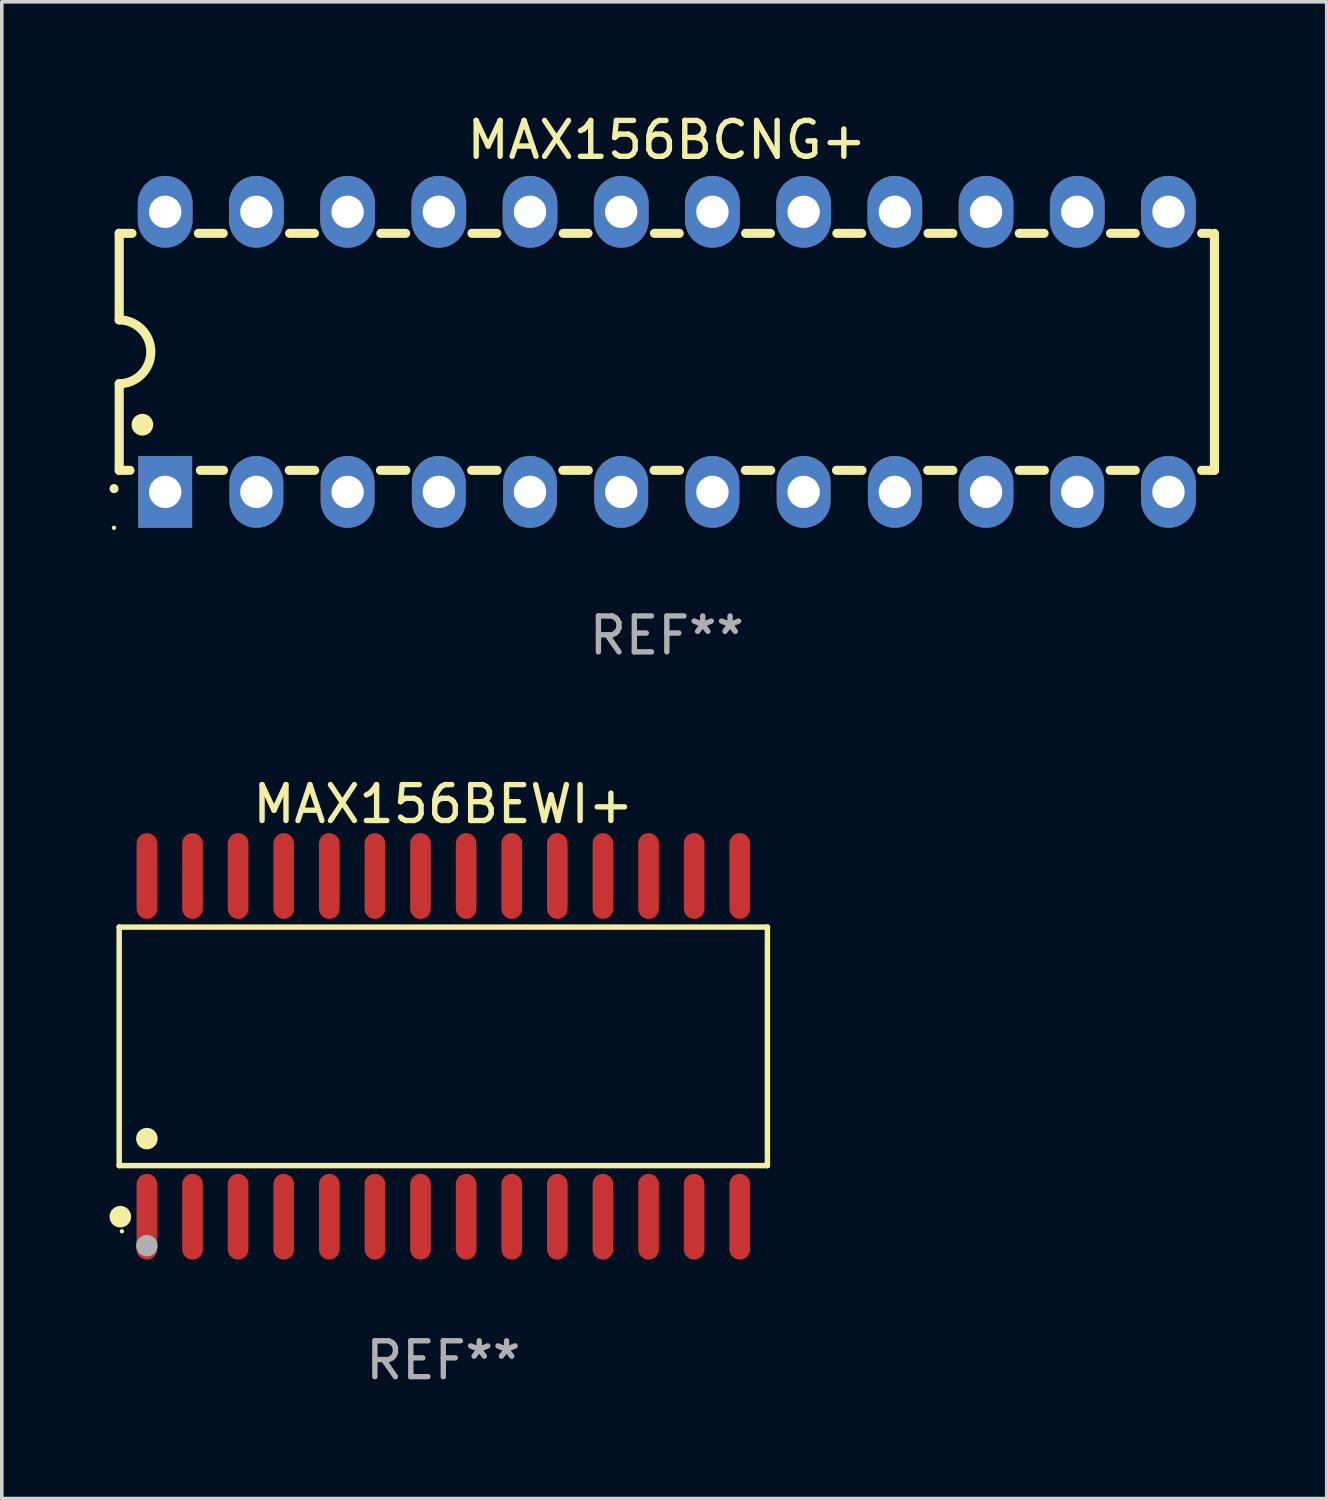
<source format=kicad_pcb>
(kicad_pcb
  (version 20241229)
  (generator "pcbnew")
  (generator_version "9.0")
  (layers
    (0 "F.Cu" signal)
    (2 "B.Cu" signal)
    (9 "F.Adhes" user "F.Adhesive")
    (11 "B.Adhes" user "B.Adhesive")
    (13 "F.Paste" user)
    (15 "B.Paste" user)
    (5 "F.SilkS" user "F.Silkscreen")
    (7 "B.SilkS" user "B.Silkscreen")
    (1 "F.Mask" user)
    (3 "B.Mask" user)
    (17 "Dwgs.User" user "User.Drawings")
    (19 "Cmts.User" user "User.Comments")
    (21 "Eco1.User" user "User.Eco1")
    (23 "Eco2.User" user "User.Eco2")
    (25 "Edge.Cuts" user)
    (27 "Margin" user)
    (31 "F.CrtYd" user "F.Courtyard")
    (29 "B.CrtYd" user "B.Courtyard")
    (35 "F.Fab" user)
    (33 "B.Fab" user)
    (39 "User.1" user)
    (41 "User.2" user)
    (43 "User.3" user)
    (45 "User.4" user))
  (footprint "MAX156BCNG+"
    (layer "F.Cu")
    (at 15.52 6.748)
    (property "Reference" "MAX156BCNG+" (at 0 -5.9 0) (layer "F.SilkS") (effects (font (size 1 1) (thickness 0.15))))
    (attr through_hole)
    (fp_line (start -15.25 -3.3) (end -15.25 -0.889) (stroke (width 0.254) (type solid)) (layer "F.SilkS"))
    (fp_line (start -15.25 -3.3) (end -14.895 -3.3) (stroke (width 0.254) (type solid)) (layer "F.SilkS"))
    (fp_line (start -15.25 3.3) (end -15.25 0.889) (stroke (width 0.254) (type solid)) (layer "F.SilkS"))
    (fp_line (start -15.25 3.3) (end -14.951 3.3) (stroke (width 0.254) (type solid)) (layer "F.SilkS"))
    (fp_line (start -13.045 -3.3) (end -12.355 -3.3) (stroke (width 0.254) (type solid)) (layer "F.SilkS"))
    (fp_line (start -12.989 3.3) (end -12.347 3.3) (stroke (width 0.254) (type solid)) (layer "F.SilkS"))
    (fp_line (start -10.514 3.3) (end -9.807 3.3) (stroke (width 0.254) (type solid)) (layer "F.SilkS"))
    (fp_line (start -10.505 -3.3) (end -9.815 -3.3) (stroke (width 0.254) (type solid)) (layer "F.SilkS"))
    (fp_line (start -7.974 3.3) (end -7.267 3.3) (stroke (width 0.254) (type solid)) (layer "F.SilkS"))
    (fp_line (start -7.965 -3.3) (end -7.275 -3.3) (stroke (width 0.254) (type solid)) (layer "F.SilkS"))
    (fp_line (start -5.434 3.3) (end -4.727 3.3) (stroke (width 0.254) (type solid)) (layer "F.SilkS"))
    (fp_line (start -5.425 -3.3) (end -4.735 -3.3) (stroke (width 0.254) (type solid)) (layer "F.SilkS"))
    (fp_line (start -2.894 3.3) (end -2.187 3.3) (stroke (width 0.254) (type solid)) (layer "F.SilkS"))
    (fp_line (start -2.885 -3.3) (end -2.195 -3.3) (stroke (width 0.254) (type solid)) (layer "F.SilkS"))
    (fp_line (start -0.354 3.3) (end 0.353 3.3) (stroke (width 0.254) (type solid)) (layer "F.SilkS"))
    (fp_line (start -0.345 -3.3) (end 0.345 -3.3) (stroke (width 0.254) (type solid)) (layer "F.SilkS"))
    (fp_line (start 2.186 3.3) (end 2.893 3.3) (stroke (width 0.254) (type solid)) (layer "F.SilkS"))
    (fp_line (start 2.195 -3.3) (end 2.885 -3.3) (stroke (width 0.254) (type solid)) (layer "F.SilkS"))
    (fp_line (start 4.726 3.3) (end 5.434 3.3) (stroke (width 0.254) (type solid)) (layer "F.SilkS"))
    (fp_line (start 4.735 -3.3) (end 5.425 -3.3) (stroke (width 0.254) (type solid)) (layer "F.SilkS"))
    (fp_line (start 7.266 3.3) (end 7.965 3.3) (stroke (width 0.254) (type solid)) (layer "F.SilkS"))
    (fp_line (start 7.275 -3.3) (end 7.965 -3.3) (stroke (width 0.254) (type solid)) (layer "F.SilkS"))
    (fp_line (start 9.815 -3.3) (end 10.505 -3.3) (stroke (width 0.254) (type solid)) (layer "F.SilkS"))
    (fp_line (start 9.815 3.3) (end 10.514 3.3) (stroke (width 0.254) (type solid)) (layer "F.SilkS"))
    (fp_line (start 12.346 3.3) (end 13.045 3.3) (stroke (width 0.254) (type solid)) (layer "F.SilkS"))
    (fp_line (start 12.355 -3.3) (end 13.045 -3.3) (stroke (width 0.254) (type solid)) (layer "F.SilkS"))
    (fp_line (start 14.895 -3.3) (end 15.113 -3.3) (stroke (width 0.254) (type solid)) (layer "F.SilkS"))
    (fp_line (start 14.895 3.3) (end 15.25 3.3) (stroke (width 0.254) (type solid)) (layer "F.SilkS"))
    (fp_line (start 15.25 -3.3) (end 15.25 3.3) (stroke (width 0.254) (type solid)) (layer "F.SilkS"))
    (fp_arc (start -15.394971 3.810033) (mid -15.394978 3.808763) (end -15.394971 3.807493) (stroke (width 0.25) (type solid)) (layer "F.SilkS"))
    (fp_arc (start -15.251053 -0.890146) (mid -14.361467 -0.001067) (end -15.250038 0.889027) (stroke (width 0.254001) (type solid)) (layer "F.SilkS"))
    (fp_arc (start -14.605029 2.032029) (mid -14.60504 2.029489) (end -14.605029 2.026949) (stroke (width 0.6) (type solid)) (layer "F.SilkS"))
    (fp_circle (center -15.395 4.9) (end -15.365 4.9) (stroke (width 0.06) (type solid)) (fill no) (layer "F.SilkS"))
    (fp_text user "REF**" (at 0 7.9 0) (layer "F.Fab") (effects (font (size 1 1) (thickness 0.15))))
    (pad "1" thru_hole rect (at -13.97 3.9 90) (size 2 1.5) (drill 0.9) (layers "*.Cu" "*.Mask"))
    (pad "2" thru_hole oval (at -11.43 3.9 90) (size 2 1.5) (drill 0.9) (layers "*.Cu" "*.Mask"))
    (pad "3" thru_hole oval (at -8.89 3.9 90) (size 2 1.5) (drill 0.9) (layers "*.Cu" "*.Mask"))
    (pad "4" thru_hole oval (at -6.35 3.9 90) (size 2 1.5) (drill 0.9) (layers "*.Cu" "*.Mask"))
    (pad "5" thru_hole oval (at -3.81 3.9 90) (size 2 1.5) (drill 0.9) (layers "*.Cu" "*.Mask"))
    (pad "6" thru_hole oval (at -1.27 3.9 90) (size 2 1.5) (drill 0.9) (layers "*.Cu" "*.Mask"))
    (pad "7" thru_hole oval (at 1.27 3.9 90) (size 2 1.5) (drill 0.9) (layers "*.Cu" "*.Mask"))
    (pad "8" thru_hole oval (at 3.81 3.9 90) (size 2 1.5) (drill 0.9) (layers "*.Cu" "*.Mask"))
    (pad "9" thru_hole oval (at 6.35 3.9 90) (size 2 1.5) (drill 0.9) (layers "*.Cu" "*.Mask"))
    (pad "10" thru_hole oval (at 8.89 3.9 90) (size 2 1.524) (drill 0.9) (layers "*.Cu" "*.Mask"))
    (pad "11" thru_hole oval (at 11.43 3.9 90) (size 2 1.5) (drill 0.9) (layers "*.Cu" "*.Mask"))
    (pad "12" thru_hole oval (at 13.97 3.9 90) (size 2 1.524) (drill 0.9) (layers "*.Cu" "*.Mask"))
    (pad "13" thru_hole oval (at 13.97 -3.9 90) (size 2 1.524) (drill 0.9) (layers "*.Cu" "*.Mask"))
    (pad "14" thru_hole oval (at 11.43 -3.9 90) (size 2 1.524) (drill 0.9) (layers "*.Cu" "*.Mask"))
    (pad "15" thru_hole oval (at 8.89 -3.9 90) (size 2 1.524) (drill 0.9) (layers "*.Cu" "*.Mask"))
    (pad "16" thru_hole oval (at 6.35 -3.9 90) (size 2 1.524) (drill 0.9) (layers "*.Cu" "*.Mask"))
    (pad "17" thru_hole oval (at 3.81 -3.9 90) (size 2 1.524) (drill 0.9) (layers "*.Cu" "*.Mask"))
    (pad "18" thru_hole oval (at 1.27 -3.9 90) (size 2 1.524) (drill 0.9) (layers "*.Cu" "*.Mask"))
    (pad "19" thru_hole oval (at -1.27 -3.9 90) (size 2 1.524) (drill 0.9) (layers "*.Cu" "*.Mask"))
    (pad "20" thru_hole oval (at -3.81 -3.9 90) (size 2 1.524) (drill 0.9) (layers "*.Cu" "*.Mask"))
    (pad "21" thru_hole oval (at -6.35 -3.9 90) (size 2 1.524) (drill 0.9) (layers "*.Cu" "*.Mask"))
    (pad "22" thru_hole oval (at -8.89 -3.9 90) (size 2 1.524) (drill 0.9) (layers "*.Cu" "*.Mask"))
    (pad "23" thru_hole oval (at -11.43 -3.9 90) (size 2 1.524) (drill 0.9) (layers "*.Cu" "*.Mask"))
    (pad "24" thru_hole oval (at -13.97 -3.9 90) (size 2 1.524) (drill 0.9) (layers "*.Cu" "*.Mask")))
  (footprint "MAX156BEWI+"
    (layer "F.Cu")
    (at 9.295 26.089)
    (property "Reference" "MAX156BEWI+" (at 0 -6.744 0) (layer "F.SilkS") (effects (font (size 1 1) (thickness 0.15))))
    (attr through_hole)
    (fp_line (start -9.026 -3.321) (end 9.026 -3.321) (stroke (width 0.152) (type solid)) (layer "F.SilkS"))
    (fp_line (start -9.026 3.321) (end -9.026 -3.321) (stroke (width 0.152) (type solid)) (layer "F.SilkS"))
    (fp_line (start 9.026 -3.321) (end 9.026 3.321) (stroke (width 0.152) (type solid)) (layer "F.SilkS"))
    (fp_line (start 9.026 3.321) (end -9.026 3.321) (stroke (width 0.152) (type solid)) (layer "F.SilkS"))
    (fp_circle (center -8.994 4.744) (end -8.844 4.744) (stroke (width 0.3) (type solid)) (fill no) (layer "F.SilkS"))
    (fp_circle (center -8.95 5.15) (end -8.92 5.15) (stroke (width 0.06) (type solid)) (fill no) (layer "F.SilkS"))
    (fp_circle (center -8.255 2.569) (end -8.105 2.569) (stroke (width 0.3) (type solid)) (fill no) (layer "F.SilkS"))
    (fp_circle (center -8.255 5.55) (end -8.105 5.55) (stroke (width 0.3) (type solid)) (fill no) (layer "F.Fab"))
    (fp_text user "REF**" (at 0 8.744 0) (layer "F.Fab") (effects (font (size 1 1) (thickness 0.15))))
    (pad "1" smd oval (at -8.255 4.744) (size 0.574 2.388) (layers "F.Cu" "F.Mask" "F.Paste"))
    (pad "2" smd oval (at -6.985 4.744) (size 0.574 2.388) (layers "F.Cu" "F.Mask" "F.Paste"))
    (pad "3" smd oval (at -5.715 4.744) (size 0.574 2.388) (layers "F.Cu" "F.Mask" "F.Paste"))
    (pad "4" smd oval (at -4.445 4.744) (size 0.574 2.388) (layers "F.Cu" "F.Mask" "F.Paste"))
    (pad "5" smd oval (at -3.175 4.744) (size 0.574 2.388) (layers "F.Cu" "F.Mask" "F.Paste"))
    (pad "6" smd oval (at -1.905 4.744) (size 0.574 2.388) (layers "F.Cu" "F.Mask" "F.Paste"))
    (pad "7" smd oval (at -0.635 4.744) (size 0.574 2.388) (layers "F.Cu" "F.Mask" "F.Paste"))
    (pad "8" smd oval (at 0.635 4.744) (size 0.574 2.388) (layers "F.Cu" "F.Mask" "F.Paste"))
    (pad "9" smd oval (at 1.905 4.744) (size 0.574 2.388) (layers "F.Cu" "F.Mask" "F.Paste"))
    (pad "10" smd oval (at 3.175 4.744) (size 0.574 2.388) (layers "F.Cu" "F.Mask" "F.Paste"))
    (pad "11" smd oval (at 4.445 4.744) (size 0.574 2.388) (layers "F.Cu" "F.Mask" "F.Paste"))
    (pad "12" smd oval (at 5.715 4.744) (size 0.574 2.388) (layers "F.Cu" "F.Mask" "F.Paste"))
    (pad "13" smd oval (at 6.985 4.744) (size 0.574 2.388) (layers "F.Cu" "F.Mask" "F.Paste"))
    (pad "14" smd oval (at 8.255 4.744) (size 0.574 2.388) (layers "F.Cu" "F.Mask" "F.Paste"))
    (pad "15" smd oval (at 8.255 -4.744) (size 0.574 2.388) (layers "F.Cu" "F.Mask" "F.Paste"))
    (pad "16" smd oval (at 6.985 -4.744) (size 0.574 2.388) (layers "F.Cu" "F.Mask" "F.Paste"))
    (pad "17" smd oval (at 5.715 -4.744) (size 0.574 2.388) (layers "F.Cu" "F.Mask" "F.Paste"))
    (pad "18" smd oval (at 4.445 -4.744) (size 0.574 2.388) (layers "F.Cu" "F.Mask" "F.Paste"))
    (pad "19" smd oval (at 3.175 -4.744) (size 0.574 2.388) (layers "F.Cu" "F.Mask" "F.Paste"))
    (pad "20" smd oval (at 1.905 -4.744) (size 0.574 2.388) (layers "F.Cu" "F.Mask" "F.Paste"))
    (pad "21" smd oval (at 0.635 -4.744) (size 0.574 2.388) (layers "F.Cu" "F.Mask" "F.Paste"))
    (pad "22" smd oval (at -0.635 -4.744) (size 0.574 2.388) (layers "F.Cu" "F.Mask" "F.Paste"))
    (pad "23" smd oval (at -1.905 -4.744) (size 0.574 2.388) (layers "F.Cu" "F.Mask" "F.Paste"))
    (pad "24" smd oval (at -3.175 -4.744) (size 0.574 2.388) (layers "F.Cu" "F.Mask" "F.Paste"))
    (pad "25" smd oval (at -4.445 -4.744) (size 0.574 2.388) (layers "F.Cu" "F.Mask" "F.Paste"))
    (pad "26" smd oval (at -5.715 -4.744) (size 0.574 2.388) (layers "F.Cu" "F.Mask" "F.Paste"))
    (pad "27" smd oval (at -6.985 -4.744) (size 0.574 2.388) (layers "F.Cu" "F.Mask" "F.Paste"))
    (pad "28" smd oval (at -8.255 -4.744) (size 0.574 2.388) (layers "F.Cu" "F.Mask" "F.Paste")))
  (gr_rect
    (start -3 -3)
    (end 33.897 38.681)
    (stroke (width 0.1) (type default))
    (fill no)
    (layer "Edge.Cuts")))
</source>
